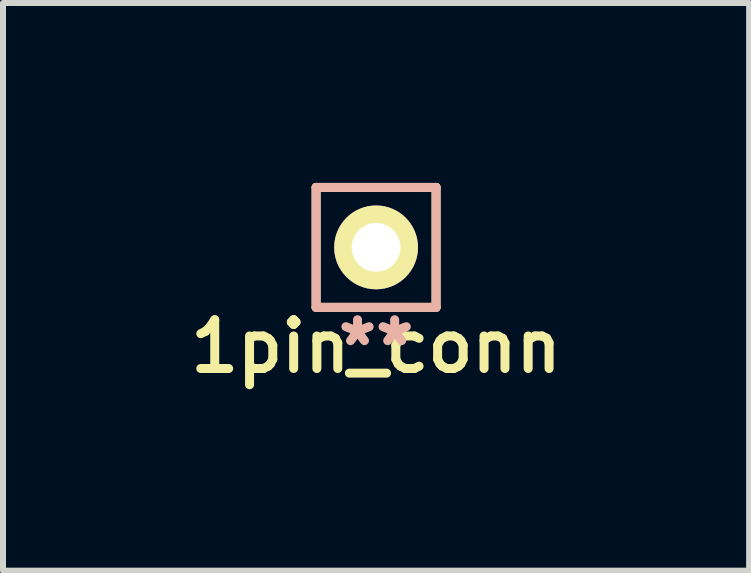
<source format=kicad_pcb>
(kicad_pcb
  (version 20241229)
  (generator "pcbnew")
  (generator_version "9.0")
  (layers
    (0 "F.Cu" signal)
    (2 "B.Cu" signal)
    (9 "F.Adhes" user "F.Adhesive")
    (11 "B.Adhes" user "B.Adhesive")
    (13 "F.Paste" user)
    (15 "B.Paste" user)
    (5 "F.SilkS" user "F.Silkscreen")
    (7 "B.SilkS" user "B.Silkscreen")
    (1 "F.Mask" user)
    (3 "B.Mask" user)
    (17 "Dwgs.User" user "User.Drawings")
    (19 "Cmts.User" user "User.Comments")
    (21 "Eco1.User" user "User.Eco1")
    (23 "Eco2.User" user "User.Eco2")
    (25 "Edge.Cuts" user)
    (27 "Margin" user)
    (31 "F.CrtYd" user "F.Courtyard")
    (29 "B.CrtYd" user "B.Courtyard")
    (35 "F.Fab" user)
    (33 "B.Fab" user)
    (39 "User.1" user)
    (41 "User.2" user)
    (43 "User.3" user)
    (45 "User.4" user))
  (footprint "1pin_conn"
    (layer "F.Cu")
    (at 3.221 1.075)
    (property "Reference" "1pin_conn" (at 0 1.651 0) (layer "F.SilkS") (effects (font (size 0.813 0.813) (thickness 0.15))))
    (attr through_hole)
    (fp_line (start -1 -1) (end -1 1) (stroke (width 0.15) (type solid)) (layer "F.SilkS"))
    (fp_line (start -1 1) (end 1 1) (stroke (width 0.15) (type solid)) (layer "F.SilkS"))
    (fp_line (start 1 -1) (end -1 -1) (stroke (width 0.15) (type solid)) (layer "F.SilkS"))
    (fp_line (start 1 1) (end 1 -1) (stroke (width 0.15) (type solid)) (layer "F.SilkS"))
    (fp_line (start -1 -1) (end 1 -1) (stroke (width 0.15) (type solid)) (layer "B.SilkS"))
    (fp_line (start -1 1) (end -1 -1) (stroke (width 0.15) (type solid)) (layer "B.SilkS"))
    (fp_line (start 1 -1) (end 1 1) (stroke (width 0.15) (type solid)) (layer "B.SilkS"))
    (fp_line (start 1 1) (end -1 1) (stroke (width 0.15) (type solid)) (layer "B.SilkS"))
    (fp_text user "**" (at 0 1.651 0) (layer "B.SilkS") (effects (font (size 0.813 0.813) (thickness 0.15)) (justify mirror)))
    (pad "1" thru_hole circle (at 0 0) (size 1.397 1.397) (drill 0.813) (layers "*.Cu" "*.Mask" "F.SilkS")))
  (gr_rect
    (start -3 -3)
    (end 9.441 6.465)
    (stroke (width 0.1) (type default))
    (fill no)
    (layer "Edge.Cuts")))
</source>
